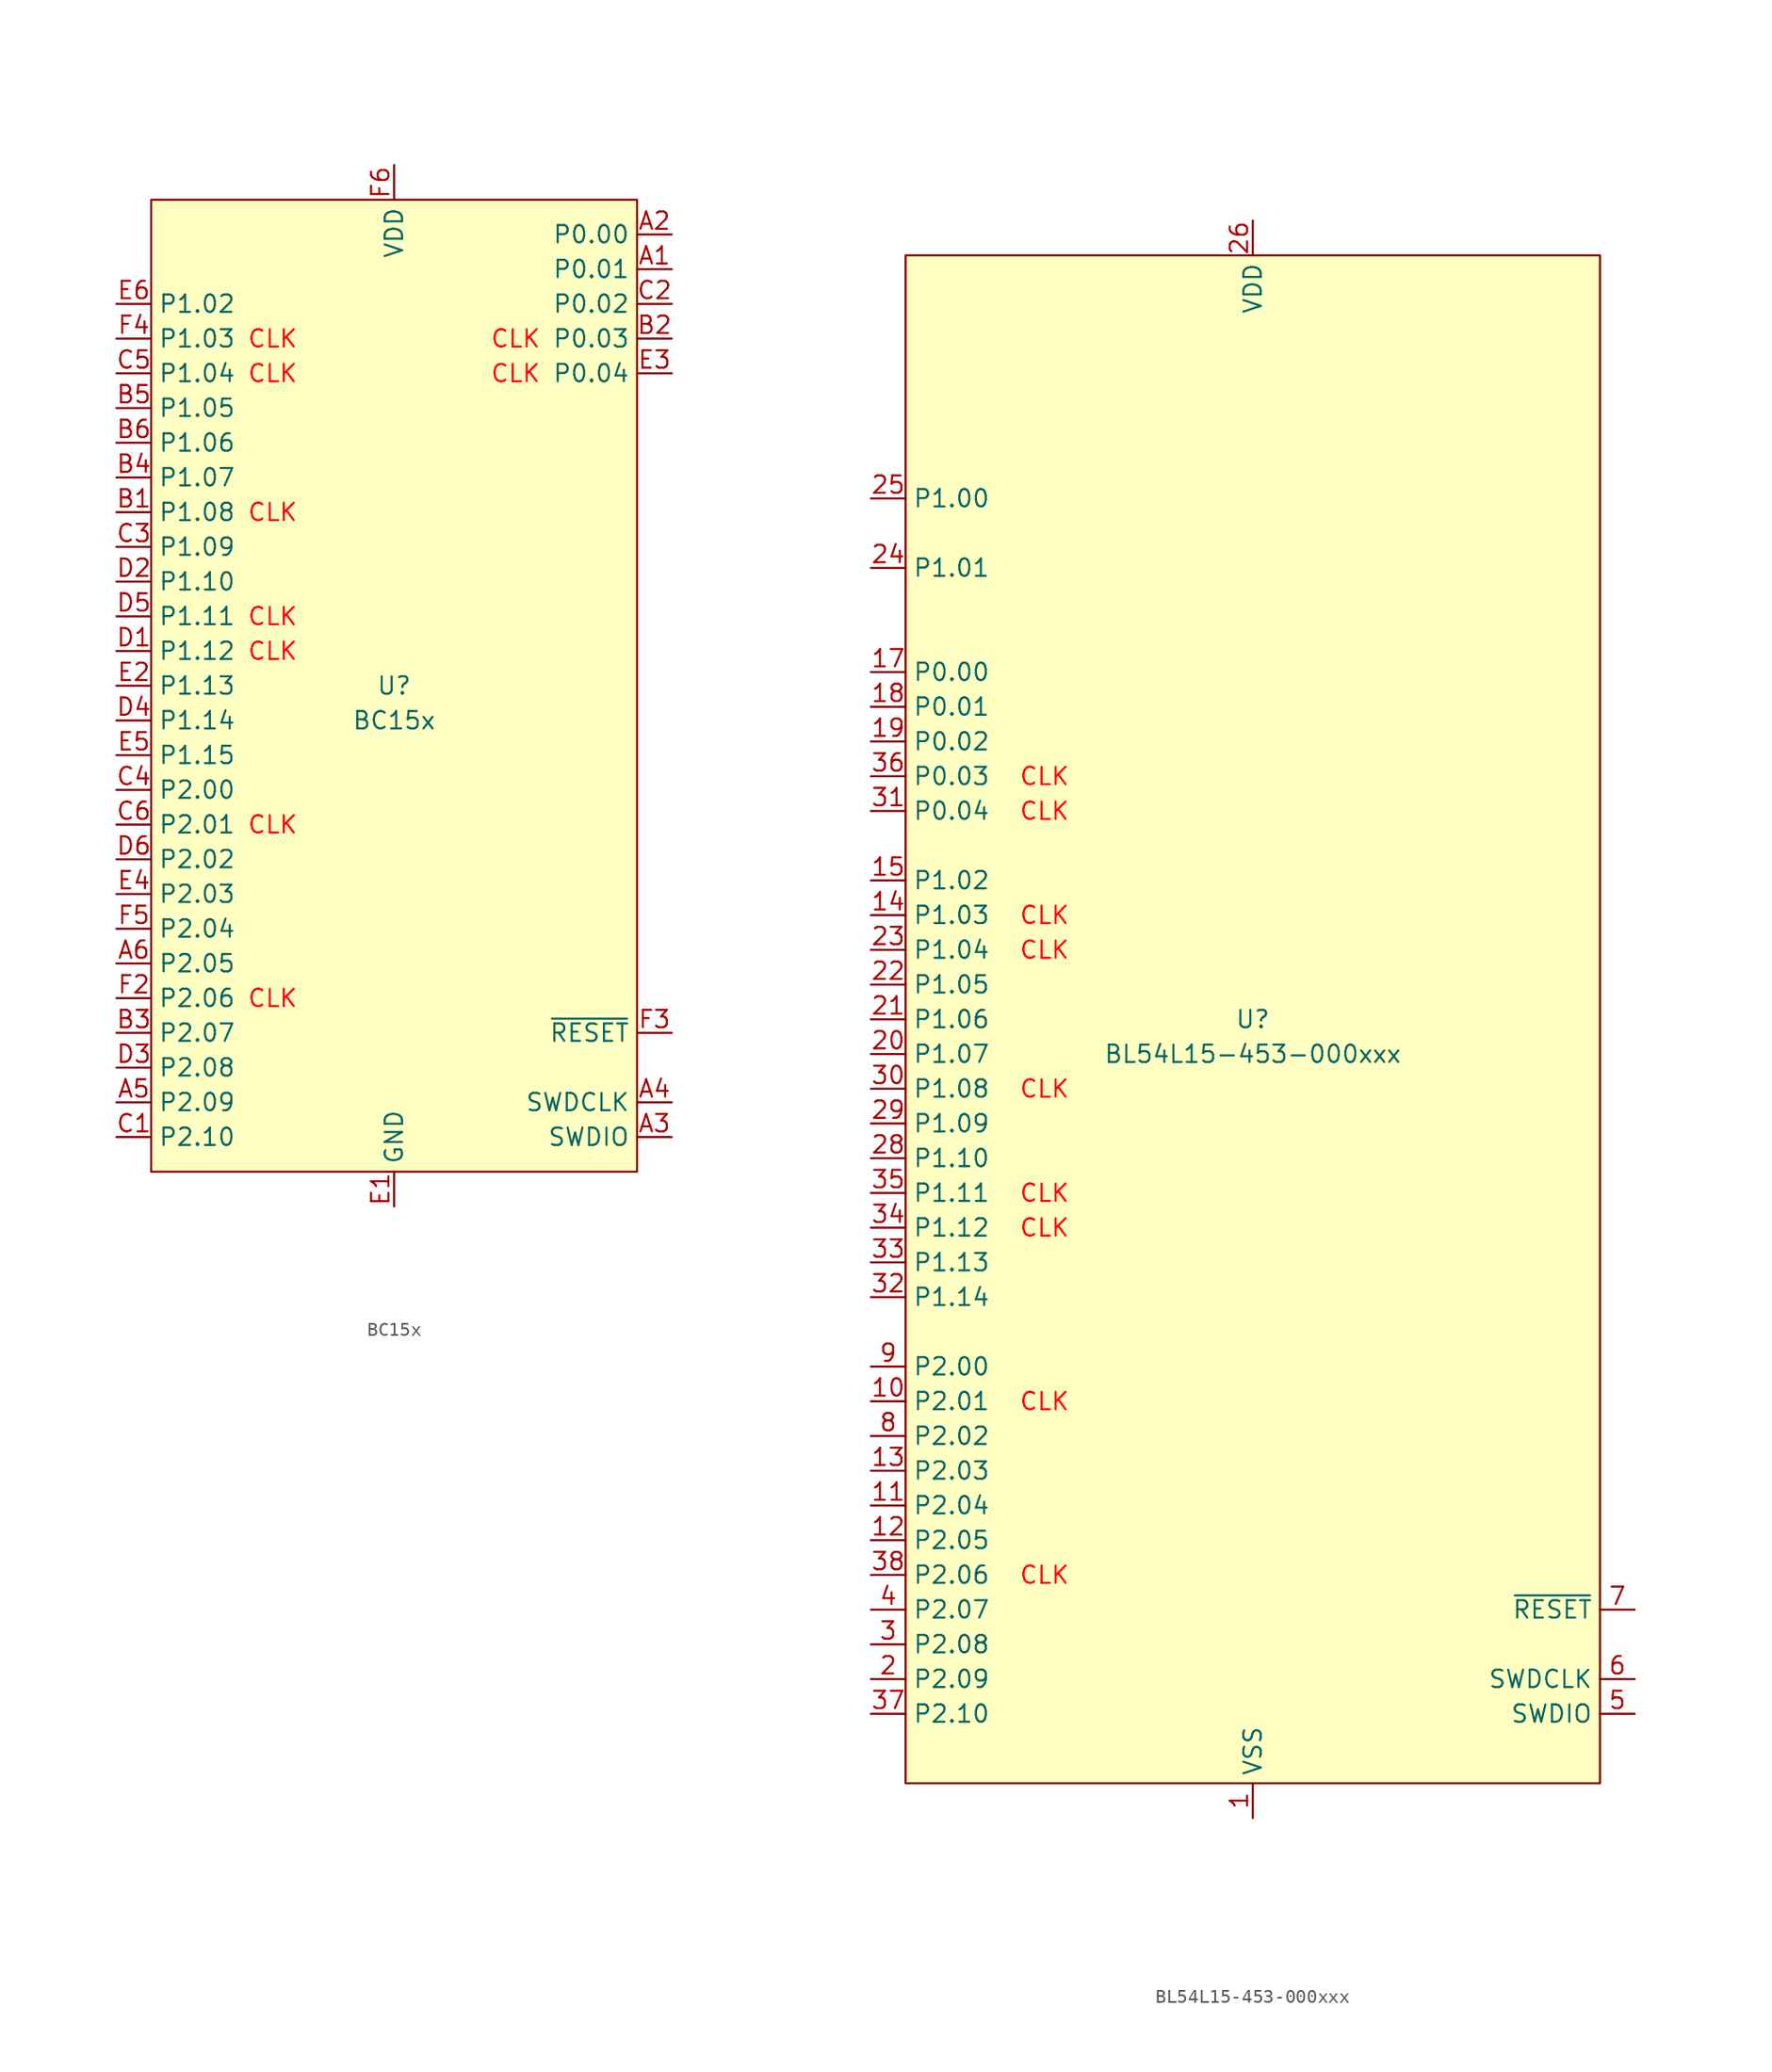
<source format=kicad_sym>
(kicad_symbol_lib
  (version 20241209)
  (generator "kicad_symbol_editor")
  (generator_version "9.0")
  (symbol "BC15x"
    (property "Reference" "U"
      (at 0 0 0)
      (do_not_autoplace)
      (effects (font (size 1.27 1.27))))
    (property "Value" "BC15x"
      (at 0 -2.54 0)
      (do_not_autoplace)
      (effects (font (size 1.27 1.27))))
    (symbol "BC15x_0_0"
      (pin bidirectional line (at -20.32 27.94 0) (length 2.54) (name "P1.02" (effects (font (size 1.27 1.27)))) (number "E6" (effects (font (size 1.27 1.27)))))
      (pin bidirectional line (at -20.32 25.4 0) (length 2.54) (name "P1.03" (effects (font (size 1.27 1.27)))) (number "F4" (effects (font (size 1.27 1.27)))))
      (pin bidirectional line (at -20.32 22.86 0) (length 2.54) (name "P1.04" (effects (font (size 1.27 1.27)))) (number "C5" (effects (font (size 1.27 1.27)))))
      (pin bidirectional line (at -20.32 17.78 0) (length 2.54) (name "P1.06" (effects (font (size 1.27 1.27)))) (number "B6" (effects (font (size 1.27 1.27)))))
      (pin bidirectional line (at -20.32 15.24 0) (length 2.54) (name "P1.07" (effects (font (size 1.27 1.27)))) (number "B4" (effects (font (size 1.27 1.27)))))
      (pin bidirectional line (at -20.32 12.7 0) (length 2.54) (name "P1.08" (effects (font (size 1.27 1.27)))) (number "B1" (effects (font (size 1.27 1.27)))))
      (pin bidirectional line (at -20.32 10.16 0) (length 2.54) (name "P1.09" (effects (font (size 1.27 1.27)))) (number "C3" (effects (font (size 1.27 1.27)))))
      (pin bidirectional line (at -20.32 7.62 0) (length 2.54) (name "P1.10" (effects (font (size 1.27 1.27)))) (number "D2" (effects (font (size 1.27 1.27)))))
      (pin bidirectional line (at -20.32 5.08 0) (length 2.54) (name "P1.11" (effects (font (size 1.27 1.27)))) (number "D5" (effects (font (size 1.27 1.27)))))
      (pin bidirectional line (at -20.32 2.54 0) (length 2.54) (name "P1.12" (effects (font (size 1.27 1.27)))) (number "D1" (effects (font (size 1.27 1.27)))))
      (pin bidirectional line (at -20.32 0 0) (length 2.54) (name "P1.13" (effects (font (size 1.27 1.27)))) (number "E2" (effects (font (size 1.27 1.27)))))
      (pin bidirectional line (at -20.32 -2.54 0) (length 2.54) (name "P1.14" (effects (font (size 1.27 1.27)))) (number "D4" (effects (font (size 1.27 1.27)))))
      (pin bidirectional line (at -20.32 -5.08 0) (length 2.54) (name "P1.15" (effects (font (size 1.27 1.27)))) (number "E5" (effects (font (size 1.27 1.27)))))
      (pin bidirectional line (at -20.32 -7.62 0) (length 2.54) (name "P2.00" (effects (font (size 1.27 1.27)))) (number "C4" (effects (font (size 1.27 1.27)))))
      (pin bidirectional line (at -20.32 -10.16 0) (length 2.54) (name "P2.01" (effects (font (size 1.27 1.27)))) (number "C6" (effects (font (size 1.27 1.27)))))
      (pin bidirectional line (at -20.32 -12.7 0) (length 2.54) (name "P2.02" (effects (font (size 1.27 1.27)))) (number "D6" (effects (font (size 1.27 1.27)))))
      (pin bidirectional line (at -20.32 -15.24 0) (length 2.54) (name "P2.03" (effects (font (size 1.27 1.27)))) (number "E4" (effects (font (size 1.27 1.27)))))
      (pin bidirectional line (at -20.32 -17.78 0) (length 2.54) (name "P2.04" (effects (font (size 1.27 1.27)))) (number "F5" (effects (font (size 1.27 1.27)))))
      (pin bidirectional line (at -20.32 -20.32 0) (length 2.54) (name "P2.05" (effects (font (size 1.27 1.27)))) (number "A6" (effects (font (size 1.27 1.27)))))
      (pin bidirectional line (at -20.32 -22.86 0) (length 2.54) (name "P2.06" (effects (font (size 1.27 1.27)))) (number "F2" (effects (font (size 1.27 1.27)))))
      (pin bidirectional line (at -20.32 -25.4 0) (length 2.54) (name "P2.07" (effects (font (size 1.27 1.27)))) (number "B3" (effects (font (size 1.27 1.27)))))
      (pin bidirectional line (at -20.32 -27.94 0) (length 2.54) (name "P2.08" (effects (font (size 1.27 1.27)))) (number "D3" (effects (font (size 1.27 1.27)))))
      (pin bidirectional line (at -20.32 -30.48 0) (length 2.54) (name "P2.09" (effects (font (size 1.27 1.27)))) (number "A5" (effects (font (size 1.27 1.27)))))
      (pin bidirectional line (at -20.32 -33.02 0) (length 2.54) (name "P2.10" (effects (font (size 1.27 1.27)))) (number "C1" (effects (font (size 1.27 1.27)))))
      (pin power_in line (at 0 38.1 270) (length 2.54) (name "VDD" (effects (font (size 1.27 1.27)))) (number "F6" (effects (font (size 1.27 1.27)))))
      (pin bidirectional line (at 20.32 33.02 180) (length 2.54) (name "P0.00" (effects (font (size 1.27 1.27)))) (number "A2" (effects (font (size 1.27 1.27)))))
      (pin bidirectional line (at 20.32 27.94 180) (length 2.54) (name "P0.02" (effects (font (size 1.27 1.27)))) (number "C2" (effects (font (size 1.27 1.27)))))
      (pin bidirectional line (at 20.32 25.4 180) (length 2.54) (name "P0.03" (effects (font (size 1.27 1.27)))) (number "B2" (effects (font (size 1.27 1.27)))))
      (pin bidirectional line (at 20.32 22.86 180) (length 2.54) (name "P0.04" (effects (font (size 1.27 1.27)))) (number "E3" (effects (font (size 1.27 1.27)))))
      (pin input line (at 20.32 -25.4 180) (length 2.54) (name "~{RESET}" (effects (font (size 1.27 1.27)))) (number "F3" (effects (font (size 1.27 1.27)))))
      (pin input line (at 20.32 -30.48 180) (length 2.54) (name "SWDCLK" (effects (font (size 1.27 1.27)))) (number "A4" (effects (font (size 1.27 1.27)))))
      (pin bidirectional line (at 20.32 -33.02 180) (length 2.54) (name "SWDIO" (effects (font (size 1.27 1.27)))) (number "A3" (effects (font (size 1.27 1.27))))))
    (symbol "BC15x_1_0"
      (pin bidirectional line (at -20.32 20.32 0) (length 2.54) (name "P1.05" (effects (font (size 1.27 1.27)))) (number "B5" (effects (font (size 1.27 1.27)))))
      (pin power_in line (at 0 -38.1 90) (length 2.54) (name "GND" (effects (font (size 1.27 1.27)))) (number "E1" (effects (font (size 1.27 1.27)))))
      (pin passive line (at 0 -38.1 90) (length 2.54) (hide yes) (name "GND" (effects (font (size 1.27 1.27)))) (number "F1" (effects (font (size 1.27 1.27)))))
      (pin bidirectional line (at 20.32 30.48 180) (length 2.54) (name "P0.01" (effects (font (size 1.27 1.27)))) (number "A1" (effects (font (size 1.27 1.27))))))
    (symbol "BC15x_1_1"
      (rectangle (start -17.78 35.56) (end 17.78 -35.56) (stroke (width 0) (type default)) (fill (type background)))
      (text "CLK" (at -8.89 25.4 0) (effects (font (size 1.27 1.27) (color 255 0 0 1))))
      (text "CLK" (at -8.89 22.86 0) (effects (font (size 1.27 1.27) (color 255 0 0 1))))
      (text "CLK" (at -8.89 12.7 0) (effects (font (size 1.27 1.27) (color 255 0 0 1))))
      (text "CLK" (at -8.89 5.08 0) (effects (font (size 1.27 1.27) (color 255 0 0 1))))
      (text "CLK" (at -8.89 2.54 0) (effects (font (size 1.27 1.27) (color 255 0 0 1))))
      (text "CLK" (at -8.89 -10.16 0) (effects (font (size 1.27 1.27) (color 255 0 0 1))))
      (text "CLK" (at -8.89 -22.86 0) (effects (font (size 1.27 1.27) (color 255 0 0 1))))
      (text "CLK" (at 8.89 25.4 0) (effects (font (size 1.27 1.27) (color 255 0 0 1))))
      (text "CLK" (at 8.89 22.86 0) (effects (font (size 1.27 1.27) (color 255 0 0 1))))))
  (symbol "BL54L15-453-000xxx"
    (property "Reference" "U"
      (at 0 0 0)
      (do_not_autoplace)
      (effects (font (size 1.27 1.27))))
    (property "Value" "BL54L15-453-000xxx"
      (at 0 -2.54 0)
      (do_not_autoplace)
      (effects (font (size 1.27 1.27))))
    (symbol "BL54L15-453-000xxx_1_0"
      (pin bidirectional line (at -27.94 38.1 0) (length 2.54) (name "P1.00" (effects (font (size 1.27 1.27)))) (number "25" (effects (font (size 1.27 1.27)))) (alternate "XL1" bidirectional line))
      (pin bidirectional line (at -27.94 33.02 0) (length 2.54) (name "P1.01" (effects (font (size 1.27 1.27)))) (number "24" (effects (font (size 1.27 1.27)))) (alternate "XL2" bidirectional line))
      (pin bidirectional line (at -27.94 25.4 0) (length 2.54) (name "P0.00" (effects (font (size 1.27 1.27)))) (number "17" (effects (font (size 1.27 1.27)))))
      (pin bidirectional line (at -27.94 22.86 0) (length 2.54) (name "P0.01" (effects (font (size 1.27 1.27)))) (number "18" (effects (font (size 1.27 1.27)))))
      (pin bidirectional line (at -27.94 20.32 0) (length 2.54) (name "P0.02" (effects (font (size 1.27 1.27)))) (number "19" (effects (font (size 1.27 1.27)))))
      (pin bidirectional line (at -27.94 17.78 0) (length 2.54) (name "P0.03" (effects (font (size 1.27 1.27)))) (number "36" (effects (font (size 1.27 1.27)))) (alternate "GRTCPWM" output line))
      (pin bidirectional line (at -27.94 15.24 0) (length 2.54) (name "P0.04" (effects (font (size 1.27 1.27)))) (number "31" (effects (font (size 1.27 1.27)))) (alternate "GRTCLFCLKOUT" output line))
      (pin bidirectional line (at -27.94 10.16 0) (length 2.54) (name "P1.02" (effects (font (size 1.27 1.27)))) (number "15" (effects (font (size 1.27 1.27)))) (alternate "NFC1" bidirectional line))
      (pin bidirectional line (at -27.94 7.62 0) (length 2.54) (name "P1.03" (effects (font (size 1.27 1.27)))) (number "14" (effects (font (size 1.27 1.27)))) (alternate "NFC2" bidirectional line))
      (pin bidirectional line (at -27.94 5.08 0) (length 2.54) (name "P1.04" (effects (font (size 1.27 1.27)))) (number "23" (effects (font (size 1.27 1.27)))) (alternate "AIN0" input line) (alternate "ASO[0]" output line))
      (pin bidirectional line (at -27.94 2.54 0) (length 2.54) (name "P1.05" (effects (font (size 1.27 1.27)))) (number "22" (effects (font (size 1.27 1.27)))) (alternate "AIN1" bidirectional line) (alternate "ASI[0]" input line))
      (pin bidirectional line (at -27.94 0 0) (length 2.54) (name "P1.06" (effects (font (size 1.27 1.27)))) (number "21" (effects (font (size 1.27 1.27)))) (alternate "AIN2" input line) (alternate "ASO[1]" output line))
      (pin bidirectional line (at -27.94 -2.54 0) (length 2.54) (name "P1.07" (effects (font (size 1.27 1.27)))) (number "20" (effects (font (size 1.27 1.27)))) (alternate "AIN3" input line) (alternate "ASI[1]" input line))
      (pin bidirectional line (at -27.94 -5.08 0) (length 2.54) (name "P1.08" (effects (font (size 1.27 1.27)))) (number "30" (effects (font (size 1.27 1.27)))) (alternate "EXTREF" input line) (alternate "GRTCHFOUT" output line) (alternate "TAMPC.EXT" bidirectional line))
      (pin bidirectional line (at -27.94 -7.62 0) (length 2.54) (name "P1.09" (effects (font (size 1.27 1.27)))) (number "29" (effects (font (size 1.27 1.27)))) (alternate "ASO[2]" output line))
      (pin bidirectional line (at -27.94 -10.16 0) (length 2.54) (name "P1.10" (effects (font (size 1.27 1.27)))) (number "28" (effects (font (size 1.27 1.27)))) (alternate "ASI[2]" input line))
      (pin bidirectional line (at -27.94 -12.7 0) (length 2.54) (name "P1.11" (effects (font (size 1.27 1.27)))) (number "35" (effects (font (size 1.27 1.27)))) (alternate "AIN4" input line) (alternate "ASO[3]" output line))
      (pin bidirectional line (at -27.94 -15.24 0) (length 2.54) (name "P1.12" (effects (font (size 1.27 1.27)))) (number "34" (effects (font (size 1.27 1.27)))) (alternate "AIN5" input line) (alternate "ASI[3]" input line))
      (pin bidirectional line (at -27.94 -17.78 0) (length 2.54) (name "P1.13" (effects (font (size 1.27 1.27)))) (number "33" (effects (font (size 1.27 1.27)))) (alternate "AIN6" input line))
      (pin bidirectional line (at -27.94 -20.32 0) (length 2.54) (name "P1.14" (effects (font (size 1.27 1.27)))) (number "32" (effects (font (size 1.27 1.27)))) (alternate "AIN7" input line))
      (pin bidirectional line (at -27.94 -25.4 0) (length 2.54) (name "P2.00" (effects (font (size 1.27 1.27)))) (number "9" (effects (font (size 1.27 1.27)))) (alternate "QSPI_D3" bidirectional line) (alternate "SPIM_DCX" output line) (alternate "UARTE_RXD" input line))
      (pin bidirectional line (at -27.94 -27.94 0) (length 2.54) (name "P2.01" (effects (font (size 1.27 1.27)))) (number "10" (effects (font (size 1.27 1.27)))) (alternate "QSPI_SCK" output line) (alternate "SPIM_SCK" output line) (alternate "SPIS_SCK" output line))
      (pin bidirectional line (at -27.94 -30.48 0) (length 2.54) (name "P2.02" (effects (font (size 1.27 1.27)))) (number "8" (effects (font (size 1.27 1.27)))) (alternate "QSPI_D0" bidirectional line) (alternate "SPIM_MOSI" output line) (alternate "SPIS_MISO" output line) (alternate "SWO" output line) (alternate "UARTE_TXD" output line))
      (pin bidirectional line (at -27.94 -33.02 0) (length 2.54) (name "P2.03" (effects (font (size 1.27 1.27)))) (number "13" (effects (font (size 1.27 1.27)))) (alternate "QSPI_D2" bidirectional line))
      (pin bidirectional line (at -27.94 -35.56 0) (length 2.54) (name "P2.04" (effects (font (size 1.27 1.27)))) (number "11" (effects (font (size 1.27 1.27)))) (alternate "QSPI_D1" bidirectional line) (alternate "SPIM_MISO" input line) (alternate "SPIS_MOSI" input line) (alternate "UARTE_CTS" input line))
      (pin bidirectional line (at -27.94 -38.1 0) (length 2.54) (name "P2.05" (effects (font (size 1.27 1.27)))) (number "12" (effects (font (size 1.27 1.27)))) (alternate "QSPI_CS" output line) (alternate "SPIM_CS" output line) (alternate "UARTE_RTS" output line))
      (pin bidirectional line (at -27.94 -40.64 0) (length 2.54) (name "P2.06" (effects (font (size 1.27 1.27)))) (number "38" (effects (font (size 1.27 1.27)))) (alternate "SPIM_SCK" output line) (alternate "SPIS_SCK" input line) (alternate "TRACE_CLK" input line))
      (pin bidirectional line (at -27.94 -43.18 0) (length 2.54) (name "P2.07" (effects (font (size 1.27 1.27)))) (number "4" (effects (font (size 1.27 1.27)))) (alternate "SPIM_DCX" output line) (alternate "SWO" output line) (alternate "TRACEDATA[0]" output line) (alternate "UARTE_RXD" input line))
      (pin bidirectional line (at -27.94 -45.72 0) (length 2.54) (name "P2.08" (effects (font (size 1.27 1.27)))) (number "3" (effects (font (size 1.27 1.27)))) (alternate "SPIM_MOSI" output line) (alternate "SPIS_MISO" input line) (alternate "TRACEDATA[1]" output line) (alternate "UARTE_TXD" output line))
      (pin bidirectional line (at -27.94 -48.26 0) (length 2.54) (name "P2.09" (effects (font (size 1.27 1.27)))) (number "2" (effects (font (size 1.27 1.27)))) (alternate "SPIM_MISO" input line) (alternate "SPIS_MOSI" input line) (alternate "TRACEDATA[2]" output line) (alternate "UARTE_CTS" input line))
      (pin bidirectional line (at -27.94 -50.8 0) (length 2.54) (name "P2.10" (effects (font (size 1.27 1.27)))) (number "37" (effects (font (size 1.27 1.27)))) (alternate "SPIM_CS" output line) (alternate "TRACEDATA[3]" output line) (alternate "UARTE_RTS" output line))
      (pin power_in line (at 0 58.42 270) (length 2.54) (name "VDD" (effects (font (size 1.27 1.27)))) (number "26" (effects (font (size 1.27 1.27)))))
      (pin power_in line (at 0 -58.42 90) (length 2.54) (name "VSS" (effects (font (size 1.27 1.27)))) (number "1" (effects (font (size 1.27 1.27)))))
      (pin passive line (at 0 -58.42 90) (length 2.54) (hide yes) (name "VSS" (effects (font (size 1.27 1.27)))) (number "16" (effects (font (size 1.27 1.27)))))
      (pin passive line (at 0 -58.42 90) (length 2.54) (hide yes) (name "VSS" (effects (font (size 1.27 1.27)))) (number "27" (effects (font (size 1.27 1.27)))))
      (pin passive line (at 0 -58.42 90) (length 2.54) (hide yes) (name "VSS" (effects (font (size 1.27 1.27)))) (number "39" (effects (font (size 1.27 1.27)))))
      (pin input line (at 27.94 -43.18 180) (length 2.54) (name "~{RESET}" (effects (font (size 1.27 1.27)))) (number "7" (effects (font (size 1.27 1.27)))))
      (pin input line (at 27.94 -48.26 180) (length 2.54) (name "SWDCLK" (effects (font (size 1.27 1.27)))) (number "6" (effects (font (size 1.27 1.27)))))
      (pin bidirectional line (at 27.94 -50.8 180) (length 2.54) (name "SWDIO" (effects (font (size 1.27 1.27)))) (number "5" (effects (font (size 1.27 1.27))))))
    (symbol "BL54L15-453-000xxx_1_1"
      (rectangle (start -25.4 55.88) (end 25.4 -55.88) (stroke (width 0) (type default)) (fill (type background)))
      (text "CLK" (at -15.24 17.78 0) (effects (font (size 1.27 1.27) (color 255 0 0 1))))
      (text "CLK" (at -15.24 15.24 0) (effects (font (size 1.27 1.27) (color 255 0 0 1))))
      (text "CLK" (at -15.24 7.62 0) (effects (font (size 1.27 1.27) (color 255 0 0 1))))
      (text "CLK" (at -15.24 5.08 0) (effects (font (size 1.27 1.27) (color 255 0 0 1))))
      (text "CLK" (at -15.24 -5.08 0) (effects (font (size 1.27 1.27) (color 255 0 0 1))))
      (text "CLK" (at -15.24 -12.7 0) (effects (font (size 1.27 1.27) (color 255 0 0 1))))
      (text "CLK" (at -15.24 -15.24 0) (effects (font (size 1.27 1.27) (color 255 0 0 1))))
      (text "CLK" (at -15.24 -27.94 0) (effects (font (size 1.27 1.27) (color 255 0 0 1))))
      (text "CLK" (at -15.24 -40.64 0) (effects (font (size 1.27 1.27) (color 255 0 0 1)))))))
</source>
